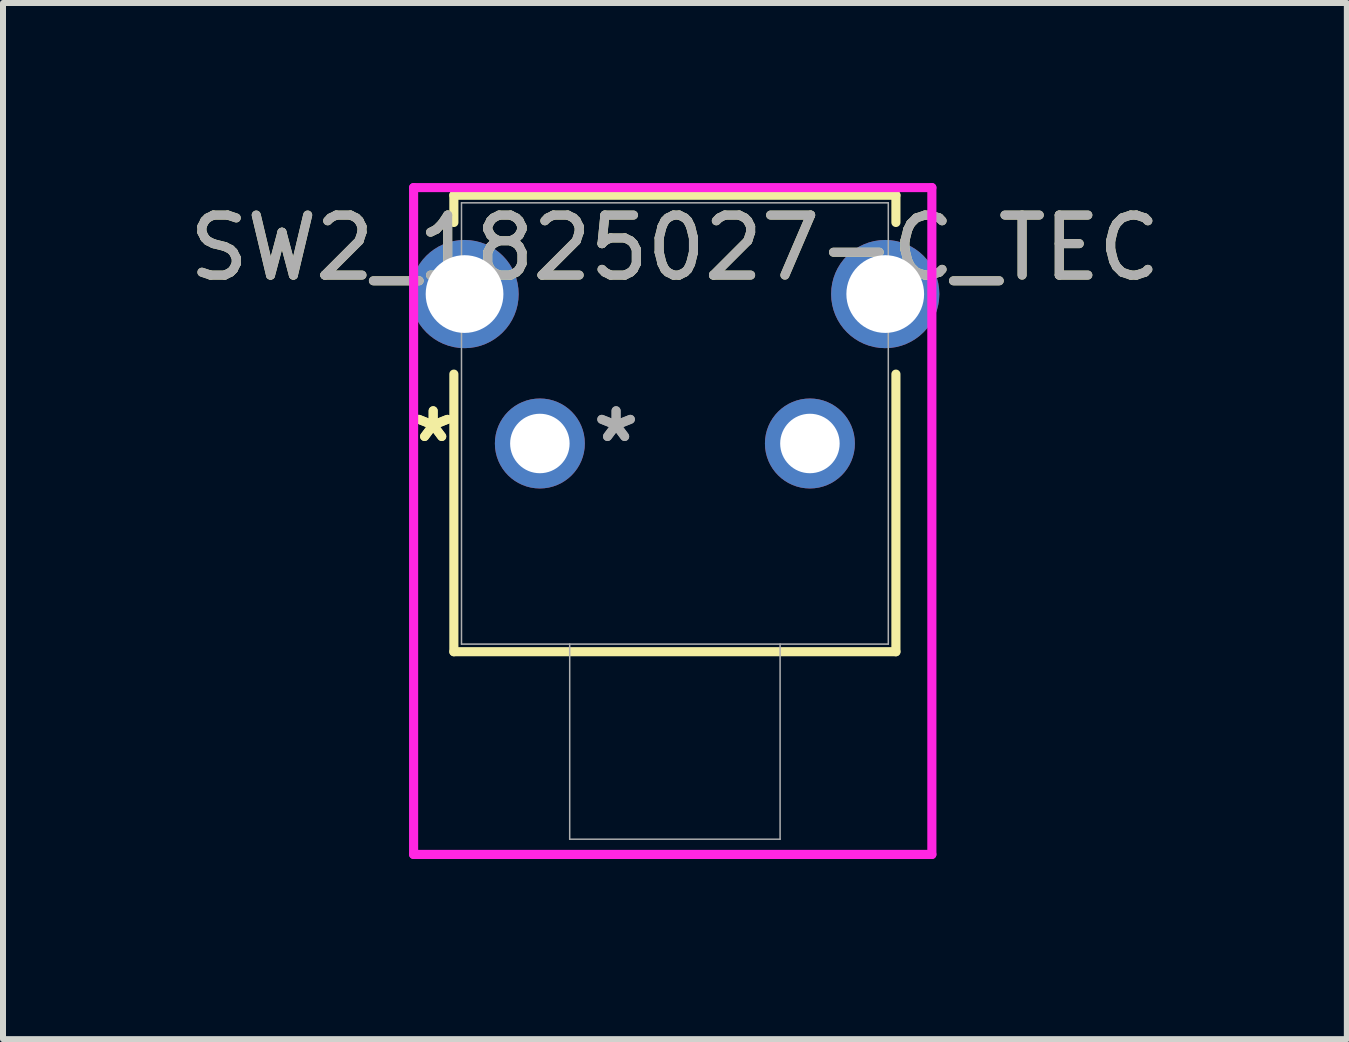
<source format=kicad_pcb>
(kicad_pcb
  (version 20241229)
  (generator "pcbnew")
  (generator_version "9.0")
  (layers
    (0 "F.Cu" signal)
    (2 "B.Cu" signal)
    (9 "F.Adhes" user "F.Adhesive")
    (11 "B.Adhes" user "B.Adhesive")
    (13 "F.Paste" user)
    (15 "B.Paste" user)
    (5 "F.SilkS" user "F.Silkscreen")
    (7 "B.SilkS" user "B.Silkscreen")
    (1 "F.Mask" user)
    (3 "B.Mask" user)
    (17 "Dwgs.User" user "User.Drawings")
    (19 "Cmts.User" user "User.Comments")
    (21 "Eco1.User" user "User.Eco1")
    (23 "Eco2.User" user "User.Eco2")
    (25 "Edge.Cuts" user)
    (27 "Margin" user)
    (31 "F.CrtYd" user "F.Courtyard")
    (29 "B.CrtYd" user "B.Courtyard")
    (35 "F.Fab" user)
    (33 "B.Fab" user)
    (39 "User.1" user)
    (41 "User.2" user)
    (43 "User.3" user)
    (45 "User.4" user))
  (footprint "SW2_1825027-C_TEC"
    (layer "F.Cu")
    (at 5.946 4.34)
    (property "Reference" "SW2_1825027-C_TEC" (at 2.25 -3.261 0) (unlocked yes) (layer "F.SilkS") (effects (font (size 1 1) (thickness 0.15))))
    (attr through_hole)
    (fp_line (start -1.433 -4.137) (end -1.433 -3.683) (stroke (width 0.152) (type solid)) (layer "F.SilkS"))
    (fp_line (start -1.433 -1.156) (end -1.433 3.47) (stroke (width 0.152) (type solid)) (layer "F.SilkS"))
    (fp_line (start -1.433 3.47) (end 5.933 3.47) (stroke (width 0.152) (type solid)) (layer "F.SilkS"))
    (fp_line (start 5.933 -4.137) (end -1.433 -4.137) (stroke (width 0.152) (type solid)) (layer "F.SilkS"))
    (fp_line (start 5.933 -3.683) (end 5.933 -4.137) (stroke (width 0.152) (type solid)) (layer "F.SilkS"))
    (fp_line (start 5.933 3.47) (end 5.933 -1.156) (stroke (width 0.152) (type solid)) (layer "F.SilkS"))
    (fp_line (start -2.104 -4.264) (end -2.104 6.848) (stroke (width 0.152) (type solid)) (layer "F.CrtYd"))
    (fp_line (start -2.104 6.848) (end 6.532 6.848) (stroke (width 0.152) (type solid)) (layer "F.CrtYd"))
    (fp_line (start 6.532 -4.264) (end -2.104 -4.264) (stroke (width 0.152) (type solid)) (layer "F.CrtYd"))
    (fp_line (start 6.532 6.848) (end 6.532 -4.264) (stroke (width 0.152) (type solid)) (layer "F.CrtYd"))
    (fp_line (start -1.306 -4.01) (end -1.306 3.343) (stroke (width 0.025) (type solid)) (layer "F.Fab"))
    (fp_line (start -1.306 3.343) (end 5.806 3.343) (stroke (width 0.025) (type solid)) (layer "F.Fab"))
    (fp_line (start 0.497 3.343) (end 0.497 6.594) (stroke (width 0.025) (type solid)) (layer "F.Fab"))
    (fp_line (start 0.497 6.594) (end 4.003 6.594) (stroke (width 0.025) (type solid)) (layer "F.Fab"))
    (fp_line (start 4.003 3.343) (end 4.003 6.594) (stroke (width 0.025) (type solid)) (layer "F.Fab"))
    (fp_line (start 5.806 -4.01) (end -1.306 -4.01) (stroke (width 0.025) (type solid)) (layer "F.Fab"))
    (fp_line (start 5.806 3.343) (end 5.806 -4.01) (stroke (width 0.025) (type solid)) (layer "F.Fab"))
    (fp_text user "*" (at -1.778 0 0) (unlocked yes) (layer "F.SilkS") (effects (font (size 1 1) (thickness 0.15))))
    (fp_text user "*" (at -1.778 0 0) (layer "F.SilkS") (effects (font (size 1 1) (thickness 0.15))))
    (fp_text user "${REFERENCE}" (at 2.25 -3.261 0) (unlocked yes) (layer "F.Fab") (effects (font (size 1 1) (thickness 0.15))))
    (fp_text user "*" (at 1.27 0 0) (unlocked yes) (layer "F.Fab") (effects (font (size 1 1) (thickness 0.15))))
    (fp_text user "*" (at 1.27 0 0) (layer "F.Fab") (effects (font (size 1 1) (thickness 0.15))))
    (pad "1" thru_hole circle (at 0 0) (size 1.499 1.499) (drill 0.991) (layers "*.Cu" "*.Mask"))
    (pad "2" thru_hole circle (at 4.5 0) (size 1.499 1.499) (drill 0.991) (layers "*.Cu" "*.Mask"))
    (pad "3" thru_hole circle (at -1.255 -2.49) (size 1.803 1.803) (drill 1.295) (layers "*.Cu" "*.Mask"))
    (pad "4" thru_hole circle (at 5.755 -2.49) (size 1.803 1.803) (drill 1.295) (layers "*.Cu" "*.Mask")))
  (gr_rect
    (start -3 -3)
    (end 19.393 14.265)
    (stroke (width 0.1) (type default))
    (fill no)
    (layer "Edge.Cuts")))
</source>
